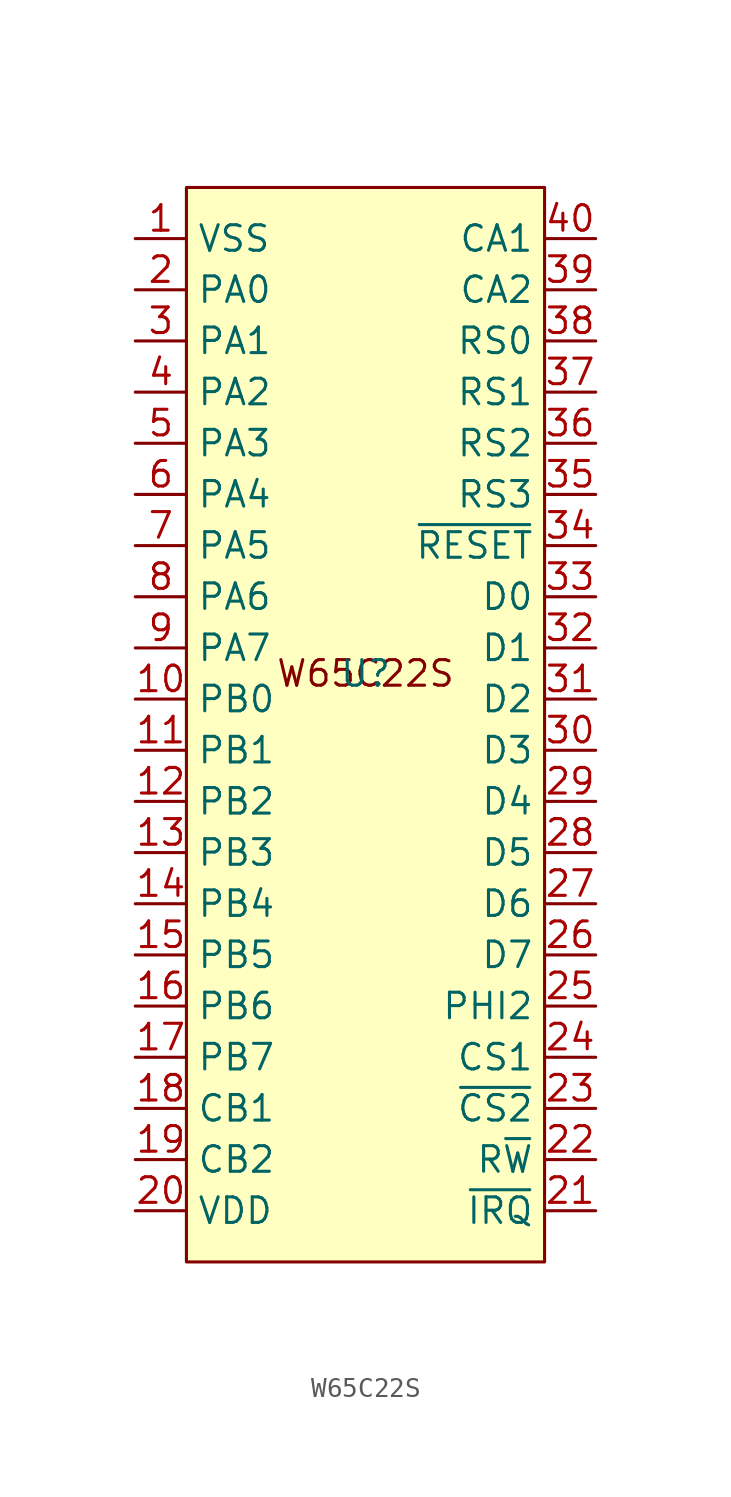
<source format=kicad_sym>
(kicad_symbol_lib
  (version 20220914)
  (generator kicad_symbol_editor)
  (symbol "W65C22S"
    (property "Reference" "U"
      (at 0 0 0)
      (effects (font (size 1.27 1.27))))
    (property "Value" ""
      (at 0 0 0)
      (effects (font (size 1.27 1.27))))
    (symbol "W65C22S_1_1"
      (rectangle (start -8.89 24.13) (end 8.89 -29.21) (stroke (width 0) (type default)) (fill (type background)))
      (text "W65C22S" (at 0 0 0) (effects (font (size 1.27 1.27))))
      (pin power_in line (at -11.43 21.59 0) (length 2.54) (name "VSS" (effects (font (size 1.27 1.27)))) (number "1" (effects (font (size 1.27 1.27)))))
      (pin bidirectional line (at -11.43 -1.27 0) (length 2.54) (name "PB0" (effects (font (size 1.27 1.27)))) (number "10" (effects (font (size 1.27 1.27)))))
      (pin bidirectional line (at -11.43 -3.81 0) (length 2.54) (name "PB1" (effects (font (size 1.27 1.27)))) (number "11" (effects (font (size 1.27 1.27)))))
      (pin bidirectional line (at -11.43 -6.35 0) (length 2.54) (name "PB2" (effects (font (size 1.27 1.27)))) (number "12" (effects (font (size 1.27 1.27)))))
      (pin bidirectional line (at -11.43 -8.89 0) (length 2.54) (name "PB3" (effects (font (size 1.27 1.27)))) (number "13" (effects (font (size 1.27 1.27)))))
      (pin bidirectional line (at -11.43 -11.43 0) (length 2.54) (name "PB4" (effects (font (size 1.27 1.27)))) (number "14" (effects (font (size 1.27 1.27)))))
      (pin bidirectional line (at -11.43 -13.97 0) (length 2.54) (name "PB5" (effects (font (size 1.27 1.27)))) (number "15" (effects (font (size 1.27 1.27)))))
      (pin bidirectional line (at -11.43 -16.51 0) (length 2.54) (name "PB6" (effects (font (size 1.27 1.27)))) (number "16" (effects (font (size 1.27 1.27)))))
      (pin bidirectional line (at -11.43 -19.05 0) (length 2.54) (name "PB7" (effects (font (size 1.27 1.27)))) (number "17" (effects (font (size 1.27 1.27)))))
      (pin input line (at -11.43 -21.59 0) (length 2.54) (name "CB1" (effects (font (size 1.27 1.27)))) (number "18" (effects (font (size 1.27 1.27)))))
      (pin input line (at -11.43 -24.13 0) (length 2.54) (name "CB2" (effects (font (size 1.27 1.27)))) (number "19" (effects (font (size 1.27 1.27)))))
      (pin bidirectional line (at -11.43 19.05 0) (length 2.54) (name "PA0" (effects (font (size 1.27 1.27)))) (number "2" (effects (font (size 1.27 1.27)))))
      (pin power_in line (at -11.43 -26.67 0) (length 2.54) (name "VDD" (effects (font (size 1.27 1.27)))) (number "20" (effects (font (size 1.27 1.27)))))
      (pin output line (at 11.43 -26.67 180) (length 2.54) (name "~{IRQ}" (effects (font (size 1.27 1.27)))) (number "21" (effects (font (size 1.27 1.27)))))
      (pin input line (at 11.43 -24.13 180) (length 2.54) (name "R~{W}" (effects (font (size 1.27 1.27)))) (number "22" (effects (font (size 1.27 1.27)))))
      (pin input line (at 11.43 -21.59 180) (length 2.54) (name "~{CS2}" (effects (font (size 1.27 1.27)))) (number "23" (effects (font (size 1.27 1.27)))))
      (pin input line (at 11.43 -19.05 180) (length 2.54) (name "CS1" (effects (font (size 1.27 1.27)))) (number "24" (effects (font (size 1.27 1.27)))))
      (pin input line (at 11.43 -16.51 180) (length 2.54) (name "PHI2" (effects (font (size 1.27 1.27)))) (number "25" (effects (font (size 1.27 1.27)))))
      (pin bidirectional line (at 11.43 -13.97 180) (length 2.54) (name "D7" (effects (font (size 1.27 1.27)))) (number "26" (effects (font (size 1.27 1.27)))))
      (pin bidirectional line (at 11.43 -11.43 180) (length 2.54) (name "D6" (effects (font (size 1.27 1.27)))) (number "27" (effects (font (size 1.27 1.27)))))
      (pin bidirectional line (at 11.43 -8.89 180) (length 2.54) (name "D5" (effects (font (size 1.27 1.27)))) (number "28" (effects (font (size 1.27 1.27)))))
      (pin bidirectional line (at 11.43 -6.35 180) (length 2.54) (name "D4" (effects (font (size 1.27 1.27)))) (number "29" (effects (font (size 1.27 1.27)))))
      (pin bidirectional line (at -11.43 16.51 0) (length 2.54) (name "PA1" (effects (font (size 1.27 1.27)))) (number "3" (effects (font (size 1.27 1.27)))))
      (pin bidirectional line (at 11.43 -3.81 180) (length 2.54) (name "D3" (effects (font (size 1.27 1.27)))) (number "30" (effects (font (size 1.27 1.27)))))
      (pin bidirectional line (at 11.43 -1.27 180) (length 2.54) (name "D2" (effects (font (size 1.27 1.27)))) (number "31" (effects (font (size 1.27 1.27)))))
      (pin bidirectional line (at 11.43 1.27 180) (length 2.54) (name "D1" (effects (font (size 1.27 1.27)))) (number "32" (effects (font (size 1.27 1.27)))))
      (pin bidirectional line (at 11.43 3.81 180) (length 2.54) (name "D0" (effects (font (size 1.27 1.27)))) (number "33" (effects (font (size 1.27 1.27)))))
      (pin input line (at 11.43 6.35 180) (length 2.54) (name "~{RESET}" (effects (font (size 1.27 1.27)))) (number "34" (effects (font (size 1.27 1.27)))))
      (pin input line (at 11.43 8.89 180) (length 2.54) (name "RS3" (effects (font (size 1.27 1.27)))) (number "35" (effects (font (size 1.27 1.27)))))
      (pin input line (at 11.43 11.43 180) (length 2.54) (name "RS2" (effects (font (size 1.27 1.27)))) (number "36" (effects (font (size 1.27 1.27)))))
      (pin input line (at 11.43 13.97 180) (length 2.54) (name "RS1" (effects (font (size 1.27 1.27)))) (number "37" (effects (font (size 1.27 1.27)))))
      (pin input line (at 11.43 16.51 180) (length 2.54) (name "RS0" (effects (font (size 1.27 1.27)))) (number "38" (effects (font (size 1.27 1.27)))))
      (pin input line (at 11.43 19.05 180) (length 2.54) (name "CA2" (effects (font (size 1.27 1.27)))) (number "39" (effects (font (size 1.27 1.27)))))
      (pin bidirectional line (at -11.43 13.97 0) (length 2.54) (name "PA2" (effects (font (size 1.27 1.27)))) (number "4" (effects (font (size 1.27 1.27)))))
      (pin input line (at 11.43 21.59 180) (length 2.54) (name "CA1" (effects (font (size 1.27 1.27)))) (number "40" (effects (font (size 1.27 1.27)))))
      (pin bidirectional line (at -11.43 11.43 0) (length 2.54) (name "PA3" (effects (font (size 1.27 1.27)))) (number "5" (effects (font (size 1.27 1.27)))))
      (pin bidirectional line (at -11.43 8.89 0) (length 2.54) (name "PA4" (effects (font (size 1.27 1.27)))) (number "6" (effects (font (size 1.27 1.27)))))
      (pin bidirectional line (at -11.43 6.35 0) (length 2.54) (name "PA5" (effects (font (size 1.27 1.27)))) (number "7" (effects (font (size 1.27 1.27)))))
      (pin bidirectional line (at -11.43 3.81 0) (length 2.54) (name "PA6" (effects (font (size 1.27 1.27)))) (number "8" (effects (font (size 1.27 1.27)))))
      (pin bidirectional line (at -11.43 1.27 0) (length 2.54) (name "PA7" (effects (font (size 1.27 1.27)))) (number "9" (effects (font (size 1.27 1.27))))))))
</source>
